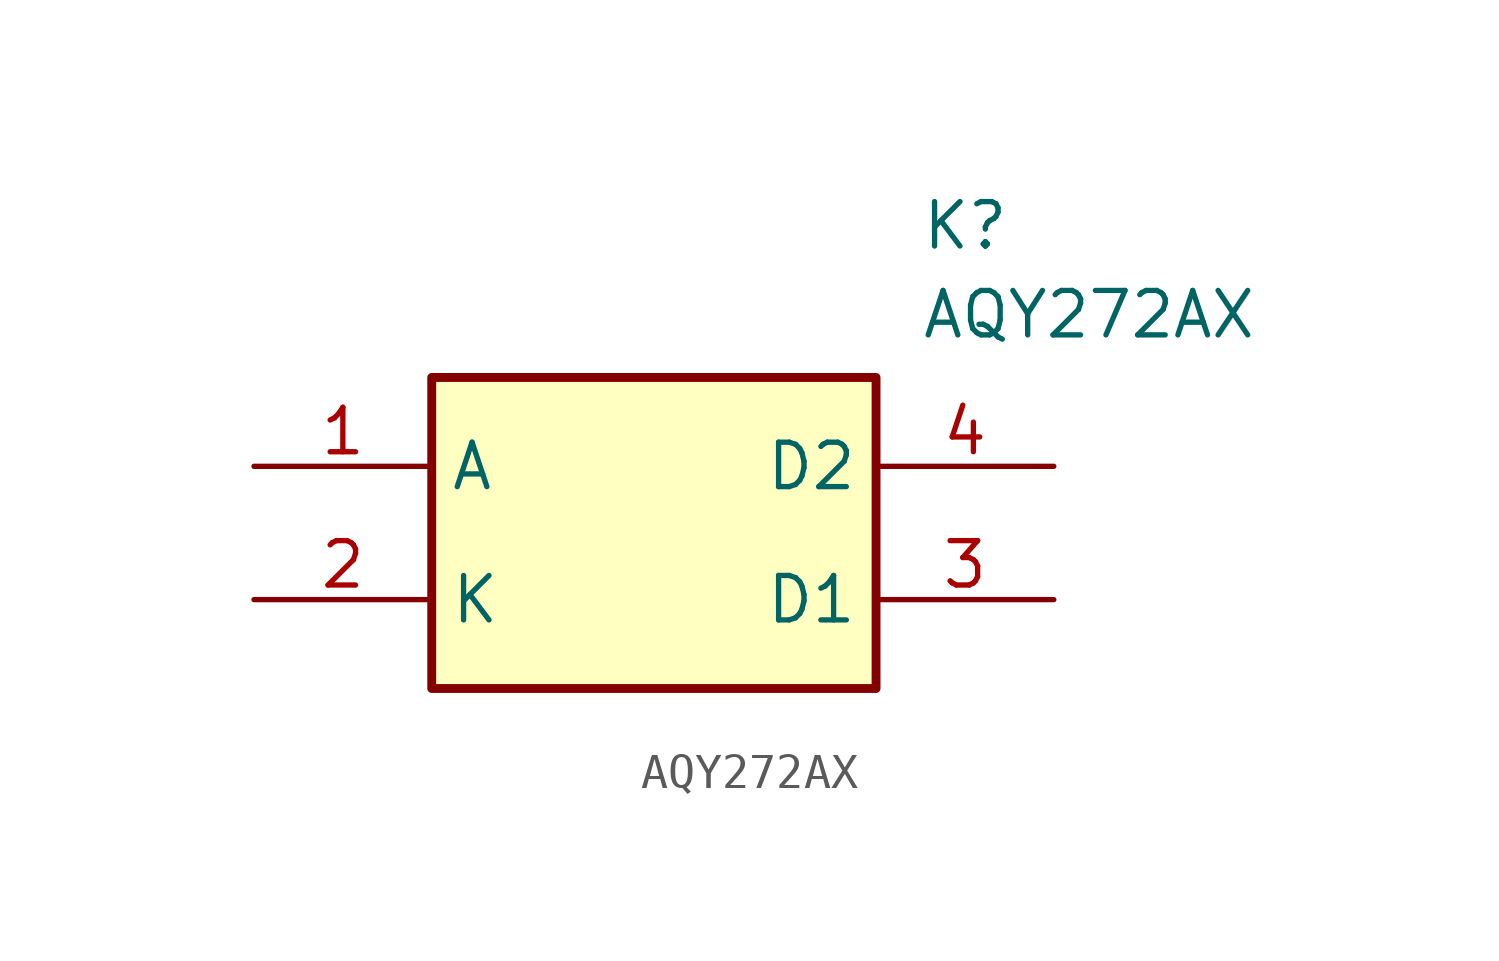
<source format=kicad_sym>
(kicad_symbol_lib
  (version 20220914)
  (generator kicad_symbol_editor)
  (symbol "AQY272AX"
    (property "Reference" "K"
      (at 19.05 7.62 0)
      (effects (font (size 1.27 1.27)) (justify left top)))
    (property "Value" "AQY272AX"
      (at 19.05 5.08 0)
      (effects (font (size 1.27 1.27)) (justify left top)))
    (symbol "AQY272AX_1_1"
      (rectangle (start 5.08 2.54) (end 17.78 -6.35) (stroke (width 0.254) (type default)) (fill (type background)))
      (pin passive line (at 0 0 0) (length 5.08) (name "A" (effects (font (size 1.27 1.27)))) (number "1" (effects (font (size 1.27 1.27)))))
      (pin passive line (at 0 -3.81 0) (length 5.08) (name "K" (effects (font (size 1.27 1.27)))) (number "2" (effects (font (size 1.27 1.27)))))
      (pin passive line (at 22.86 -3.81 180) (length 5.08) (name "D1" (effects (font (size 1.27 1.27)))) (number "3" (effects (font (size 1.27 1.27)))))
      (pin passive line (at 22.86 0 180) (length 5.08) (name "D2" (effects (font (size 1.27 1.27)))) (number "4" (effects (font (size 1.27 1.27))))))))
</source>
